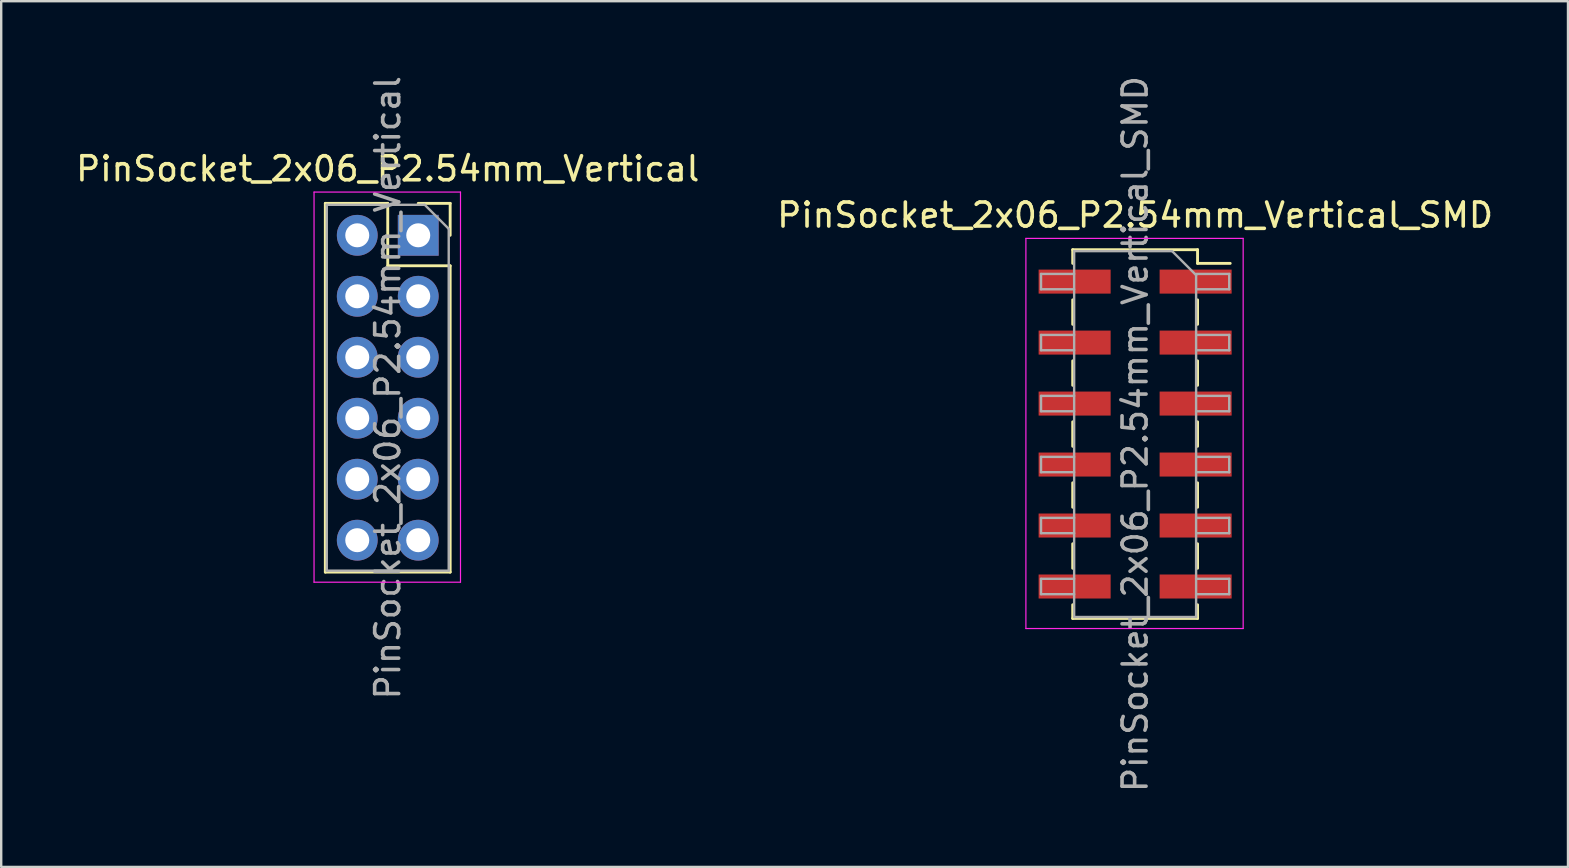
<source format=kicad_pcb>
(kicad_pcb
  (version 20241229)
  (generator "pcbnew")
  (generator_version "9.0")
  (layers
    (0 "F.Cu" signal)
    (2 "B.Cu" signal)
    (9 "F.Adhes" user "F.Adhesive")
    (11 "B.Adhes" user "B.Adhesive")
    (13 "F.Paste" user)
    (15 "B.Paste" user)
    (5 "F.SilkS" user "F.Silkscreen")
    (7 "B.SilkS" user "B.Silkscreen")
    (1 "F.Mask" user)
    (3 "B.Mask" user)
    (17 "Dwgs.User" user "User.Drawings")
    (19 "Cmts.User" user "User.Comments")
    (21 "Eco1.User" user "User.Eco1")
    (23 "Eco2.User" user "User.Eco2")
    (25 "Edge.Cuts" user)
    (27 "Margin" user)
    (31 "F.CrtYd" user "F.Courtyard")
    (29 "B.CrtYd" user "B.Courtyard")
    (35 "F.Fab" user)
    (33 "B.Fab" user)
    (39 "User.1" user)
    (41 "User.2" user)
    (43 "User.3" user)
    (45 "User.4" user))
  (footprint "PinSocket_2x06_P2.54mm_Vertical_SMD"
    (layer "F.Cu")
    (at 44.232 15.03)
    (property "Reference" "PinSocket_2x06_P2.54mm_Vertical_SMD" (at 0 -9.12 0) (layer "F.SilkS") (effects (font (size 1 1) (thickness 0.15))))
    (attr smd)
    (fp_line (start -2.6 -7.68) (end -2.6 -7.11) (stroke (width 0.12) (type solid)) (layer "F.SilkS"))
    (fp_line (start -2.6 -7.68) (end 2.6 -7.68) (stroke (width 0.12) (type solid)) (layer "F.SilkS"))
    (fp_line (start -2.6 -5.59) (end -2.6 -4.57) (stroke (width 0.12) (type solid)) (layer "F.SilkS"))
    (fp_line (start -2.6 -3.05) (end -2.6 -2.03) (stroke (width 0.12) (type solid)) (layer "F.SilkS"))
    (fp_line (start -2.6 -0.51) (end -2.6 0.51) (stroke (width 0.12) (type solid)) (layer "F.SilkS"))
    (fp_line (start -2.6 2.03) (end -2.6 3.05) (stroke (width 0.12) (type solid)) (layer "F.SilkS"))
    (fp_line (start -2.6 4.57) (end -2.6 5.59) (stroke (width 0.12) (type solid)) (layer "F.SilkS"))
    (fp_line (start -2.6 7.11) (end -2.6 7.68) (stroke (width 0.12) (type solid)) (layer "F.SilkS"))
    (fp_line (start -2.6 7.68) (end 2.6 7.68) (stroke (width 0.12) (type solid)) (layer "F.SilkS"))
    (fp_line (start 2.6 -7.68) (end 2.6 -7.11) (stroke (width 0.12) (type solid)) (layer "F.SilkS"))
    (fp_line (start 2.6 -7.11) (end 3.96 -7.11) (stroke (width 0.12) (type solid)) (layer "F.SilkS"))
    (fp_line (start 2.6 -5.59) (end 2.6 -4.57) (stroke (width 0.12) (type solid)) (layer "F.SilkS"))
    (fp_line (start 2.6 -3.05) (end 2.6 -2.03) (stroke (width 0.12) (type solid)) (layer "F.SilkS"))
    (fp_line (start 2.6 -0.51) (end 2.6 0.51) (stroke (width 0.12) (type solid)) (layer "F.SilkS"))
    (fp_line (start 2.6 2.03) (end 2.6 3.05) (stroke (width 0.12) (type solid)) (layer "F.SilkS"))
    (fp_line (start 2.6 4.57) (end 2.6 5.59) (stroke (width 0.12) (type solid)) (layer "F.SilkS"))
    (fp_line (start 2.6 7.11) (end 2.6 7.68) (stroke (width 0.12) (type solid)) (layer "F.SilkS"))
    (fp_line (start -4.55 -8.15) (end 4.5 -8.15) (stroke (width 0.05) (type solid)) (layer "F.CrtYd"))
    (fp_line (start -4.55 8.1) (end -4.55 -8.15) (stroke (width 0.05) (type solid)) (layer "F.CrtYd"))
    (fp_line (start 4.5 -8.15) (end 4.5 8.1) (stroke (width 0.05) (type solid)) (layer "F.CrtYd"))
    (fp_line (start 4.5 8.1) (end -4.55 8.1) (stroke (width 0.05) (type solid)) (layer "F.CrtYd"))
    (fp_line (start -3.92 -6.67) (end -2.54 -6.67) (stroke (width 0.1) (type solid)) (layer "F.Fab"))
    (fp_line (start -3.92 -6.03) (end -3.92 -6.67) (stroke (width 0.1) (type solid)) (layer "F.Fab"))
    (fp_line (start -3.92 -4.13) (end -2.54 -4.13) (stroke (width 0.1) (type solid)) (layer "F.Fab"))
    (fp_line (start -3.92 -3.49) (end -3.92 -4.13) (stroke (width 0.1) (type solid)) (layer "F.Fab"))
    (fp_line (start -3.92 -1.59) (end -2.54 -1.59) (stroke (width 0.1) (type solid)) (layer "F.Fab"))
    (fp_line (start -3.92 -0.95) (end -3.92 -1.59) (stroke (width 0.1) (type solid)) (layer "F.Fab"))
    (fp_line (start -3.92 0.95) (end -2.54 0.95) (stroke (width 0.1) (type solid)) (layer "F.Fab"))
    (fp_line (start -3.92 1.59) (end -3.92 0.95) (stroke (width 0.1) (type solid)) (layer "F.Fab"))
    (fp_line (start -3.92 3.49) (end -2.54 3.49) (stroke (width 0.1) (type solid)) (layer "F.Fab"))
    (fp_line (start -3.92 4.13) (end -3.92 3.49) (stroke (width 0.1) (type solid)) (layer "F.Fab"))
    (fp_line (start -3.92 6.03) (end -2.54 6.03) (stroke (width 0.1) (type solid)) (layer "F.Fab"))
    (fp_line (start -3.92 6.67) (end -3.92 6.03) (stroke (width 0.1) (type solid)) (layer "F.Fab"))
    (fp_line (start -2.54 -7.62) (end 1.54 -7.62) (stroke (width 0.1) (type solid)) (layer "F.Fab"))
    (fp_line (start -2.54 -6.03) (end -3.92 -6.03) (stroke (width 0.1) (type solid)) (layer "F.Fab"))
    (fp_line (start -2.54 -3.49) (end -3.92 -3.49) (stroke (width 0.1) (type solid)) (layer "F.Fab"))
    (fp_line (start -2.54 -0.95) (end -3.92 -0.95) (stroke (width 0.1) (type solid)) (layer "F.Fab"))
    (fp_line (start -2.54 1.59) (end -3.92 1.59) (stroke (width 0.1) (type solid)) (layer "F.Fab"))
    (fp_line (start -2.54 4.13) (end -3.92 4.13) (stroke (width 0.1) (type solid)) (layer "F.Fab"))
    (fp_line (start -2.54 6.67) (end -3.92 6.67) (stroke (width 0.1) (type solid)) (layer "F.Fab"))
    (fp_line (start -2.54 7.62) (end -2.54 -7.62) (stroke (width 0.1) (type solid)) (layer "F.Fab"))
    (fp_line (start 1.54 -7.62) (end 2.54 -6.62) (stroke (width 0.1) (type solid)) (layer "F.Fab"))
    (fp_line (start 2.54 -6.67) (end 3.92 -6.67) (stroke (width 0.1) (type solid)) (layer "F.Fab"))
    (fp_line (start 2.54 -6.62) (end 2.54 7.62) (stroke (width 0.1) (type solid)) (layer "F.Fab"))
    (fp_line (start 2.54 -4.13) (end 3.92 -4.13) (stroke (width 0.1) (type solid)) (layer "F.Fab"))
    (fp_line (start 2.54 -1.59) (end 3.92 -1.59) (stroke (width 0.1) (type solid)) (layer "F.Fab"))
    (fp_line (start 2.54 0.95) (end 3.92 0.95) (stroke (width 0.1) (type solid)) (layer "F.Fab"))
    (fp_line (start 2.54 3.49) (end 3.92 3.49) (stroke (width 0.1) (type solid)) (layer "F.Fab"))
    (fp_line (start 2.54 6.03) (end 3.92 6.03) (stroke (width 0.1) (type solid)) (layer "F.Fab"))
    (fp_line (start 2.54 7.62) (end -2.54 7.62) (stroke (width 0.1) (type solid)) (layer "F.Fab"))
    (fp_line (start 3.92 -6.67) (end 3.92 -6.03) (stroke (width 0.1) (type solid)) (layer "F.Fab"))
    (fp_line (start 3.92 -6.03) (end 2.54 -6.03) (stroke (width 0.1) (type solid)) (layer "F.Fab"))
    (fp_line (start 3.92 -4.13) (end 3.92 -3.49) (stroke (width 0.1) (type solid)) (layer "F.Fab"))
    (fp_line (start 3.92 -3.49) (end 2.54 -3.49) (stroke (width 0.1) (type solid)) (layer "F.Fab"))
    (fp_line (start 3.92 -1.59) (end 3.92 -0.95) (stroke (width 0.1) (type solid)) (layer "F.Fab"))
    (fp_line (start 3.92 -0.95) (end 2.54 -0.95) (stroke (width 0.1) (type solid)) (layer "F.Fab"))
    (fp_line (start 3.92 0.95) (end 3.92 1.59) (stroke (width 0.1) (type solid)) (layer "F.Fab"))
    (fp_line (start 3.92 1.59) (end 2.54 1.59) (stroke (width 0.1) (type solid)) (layer "F.Fab"))
    (fp_line (start 3.92 3.49) (end 3.92 4.13) (stroke (width 0.1) (type solid)) (layer "F.Fab"))
    (fp_line (start 3.92 4.13) (end 2.54 4.13) (stroke (width 0.1) (type solid)) (layer "F.Fab"))
    (fp_line (start 3.92 6.03) (end 3.92 6.67) (stroke (width 0.1) (type solid)) (layer "F.Fab"))
    (fp_line (start 3.92 6.67) (end 2.54 6.67) (stroke (width 0.1) (type solid)) (layer "F.Fab"))
    (fp_text user "${REFERENCE}" (at 0 0 90) (layer "F.Fab") (effects (font (size 1 1) (thickness 0.15))))
    (pad "1" smd rect (at 2.52 -6.35) (size 3 1) (layers "F.Cu" "F.Mask" "F.Paste"))
    (pad "2" smd rect (at -2.52 -6.35) (size 3 1) (layers "F.Cu" "F.Mask" "F.Paste"))
    (pad "3" smd rect (at 2.52 -3.81) (size 3 1) (layers "F.Cu" "F.Mask" "F.Paste"))
    (pad "4" smd rect (at -2.52 -3.81) (size 3 1) (layers "F.Cu" "F.Mask" "F.Paste"))
    (pad "5" smd rect (at 2.52 -1.27) (size 3 1) (layers "F.Cu" "F.Mask" "F.Paste"))
    (pad "6" smd rect (at -2.52 -1.27) (size 3 1) (layers "F.Cu" "F.Mask" "F.Paste"))
    (pad "7" smd rect (at 2.52 1.27) (size 3 1) (layers "F.Cu" "F.Mask" "F.Paste"))
    (pad "8" smd rect (at -2.52 1.27) (size 3 1) (layers "F.Cu" "F.Mask" "F.Paste"))
    (pad "9" smd rect (at 2.52 3.81) (size 3 1) (layers "F.Cu" "F.Mask" "F.Paste"))
    (pad "10" smd rect (at -2.52 3.81) (size 3 1) (layers "F.Cu" "F.Mask" "F.Paste"))
    (pad "11" smd rect (at 2.52 6.35) (size 3 1) (layers "F.Cu" "F.Mask" "F.Paste"))
    (pad "12" smd rect (at -2.52 6.35) (size 3 1) (layers "F.Cu" "F.Mask" "F.Paste")))
  (footprint "PinSocket_2x06_P2.54mm_Vertical"
    (layer "F.Cu")
    (at 14.371 6.751)
    (property "Reference" "PinSocket_2x06_P2.54mm_Vertical" (at -1.27 -2.77 0) (layer "F.SilkS") (effects (font (size 1 1) (thickness 0.15))))
    (attr through_hole)
    (fp_line (start -3.87 -1.33) (end -3.87 14.03) (stroke (width 0.12) (type solid)) (layer "F.SilkS"))
    (fp_line (start -3.87 -1.33) (end -1.27 -1.33) (stroke (width 0.12) (type solid)) (layer "F.SilkS"))
    (fp_line (start -3.87 14.03) (end 1.33 14.03) (stroke (width 0.12) (type solid)) (layer "F.SilkS"))
    (fp_line (start -1.27 -1.33) (end -1.27 1.27) (stroke (width 0.12) (type solid)) (layer "F.SilkS"))
    (fp_line (start -1.27 1.27) (end 1.33 1.27) (stroke (width 0.12) (type solid)) (layer "F.SilkS"))
    (fp_line (start 0 -1.33) (end 1.33 -1.33) (stroke (width 0.12) (type solid)) (layer "F.SilkS"))
    (fp_line (start 1.33 -1.33) (end 1.33 0) (stroke (width 0.12) (type solid)) (layer "F.SilkS"))
    (fp_line (start 1.33 1.27) (end 1.33 14.03) (stroke (width 0.12) (type solid)) (layer "F.SilkS"))
    (fp_line (start -4.34 -1.8) (end 1.76 -1.8) (stroke (width 0.05) (type solid)) (layer "F.CrtYd"))
    (fp_line (start -4.34 14.45) (end -4.34 -1.8) (stroke (width 0.05) (type solid)) (layer "F.CrtYd"))
    (fp_line (start 1.76 -1.8) (end 1.76 14.45) (stroke (width 0.05) (type solid)) (layer "F.CrtYd"))
    (fp_line (start 1.76 14.45) (end -4.34 14.45) (stroke (width 0.05) (type solid)) (layer "F.CrtYd"))
    (fp_line (start -3.81 -1.27) (end 0.27 -1.27) (stroke (width 0.1) (type solid)) (layer "F.Fab"))
    (fp_line (start -3.81 13.97) (end -3.81 -1.27) (stroke (width 0.1) (type solid)) (layer "F.Fab"))
    (fp_line (start 0.27 -1.27) (end 1.27 -0.27) (stroke (width 0.1) (type solid)) (layer "F.Fab"))
    (fp_line (start 1.27 -0.27) (end 1.27 13.97) (stroke (width 0.1) (type solid)) (layer "F.Fab"))
    (fp_line (start 1.27 13.97) (end -3.81 13.97) (stroke (width 0.1) (type solid)) (layer "F.Fab"))
    (fp_text user "${REFERENCE}" (at -1.27 6.35 90) (layer "F.Fab") (effects (font (size 1 1) (thickness 0.15))))
    (pad "1" thru_hole rect (at 0 0) (size 1.7 1.7) (drill 1) (layers "*.Cu" "*.Mask"))
    (pad "2" thru_hole oval (at -2.54 0) (size 1.7 1.7) (drill 1) (layers "*.Cu" "*.Mask"))
    (pad "3" thru_hole oval (at 0 2.54) (size 1.7 1.7) (drill 1) (layers "*.Cu" "*.Mask"))
    (pad "4" thru_hole oval (at -2.54 2.54) (size 1.7 1.7) (drill 1) (layers "*.Cu" "*.Mask"))
    (pad "5" thru_hole oval (at 0 5.08) (size 1.7 1.7) (drill 1) (layers "*.Cu" "*.Mask"))
    (pad "6" thru_hole oval (at -2.54 5.08) (size 1.7 1.7) (drill 1) (layers "*.Cu" "*.Mask"))
    (pad "7" thru_hole oval (at 0 7.62) (size 1.7 1.7) (drill 1) (layers "*.Cu" "*.Mask"))
    (pad "8" thru_hole oval (at -2.54 7.62) (size 1.7 1.7) (drill 1) (layers "*.Cu" "*.Mask"))
    (pad "9" thru_hole oval (at 0 10.16) (size 1.7 1.7) (drill 1) (layers "*.Cu" "*.Mask"))
    (pad "10" thru_hole oval (at -2.54 10.16) (size 1.7 1.7) (drill 1) (layers "*.Cu" "*.Mask"))
    (pad "11" thru_hole oval (at 0 12.7) (size 1.7 1.7) (drill 1) (layers "*.Cu" "*.Mask"))
    (pad "12" thru_hole oval (at -2.54 12.7) (size 1.7 1.7) (drill 1) (layers "*.Cu" "*.Mask")))
  (gr_rect
    (start -3 -3)
    (end 62.262 33.06)
    (stroke (width 0.1) (type default))
    (fill no)
    (layer "Edge.Cuts")))
</source>
